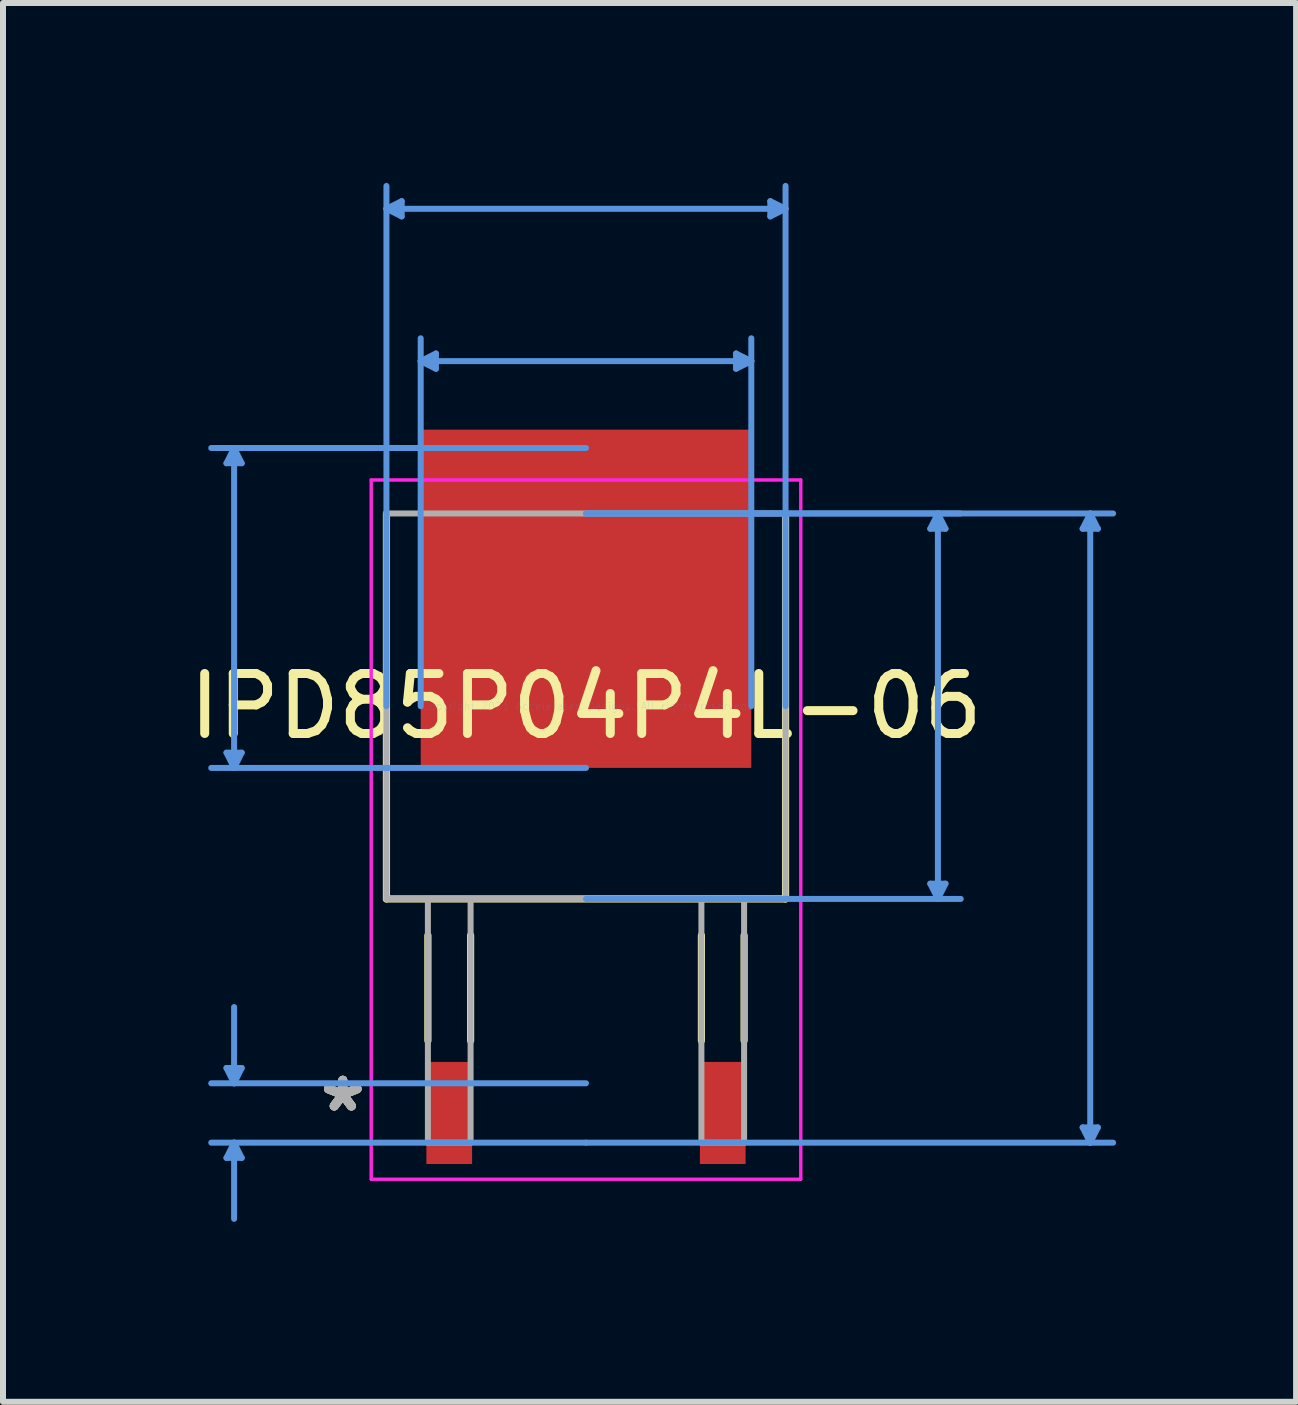
<source format=kicad_pcb>
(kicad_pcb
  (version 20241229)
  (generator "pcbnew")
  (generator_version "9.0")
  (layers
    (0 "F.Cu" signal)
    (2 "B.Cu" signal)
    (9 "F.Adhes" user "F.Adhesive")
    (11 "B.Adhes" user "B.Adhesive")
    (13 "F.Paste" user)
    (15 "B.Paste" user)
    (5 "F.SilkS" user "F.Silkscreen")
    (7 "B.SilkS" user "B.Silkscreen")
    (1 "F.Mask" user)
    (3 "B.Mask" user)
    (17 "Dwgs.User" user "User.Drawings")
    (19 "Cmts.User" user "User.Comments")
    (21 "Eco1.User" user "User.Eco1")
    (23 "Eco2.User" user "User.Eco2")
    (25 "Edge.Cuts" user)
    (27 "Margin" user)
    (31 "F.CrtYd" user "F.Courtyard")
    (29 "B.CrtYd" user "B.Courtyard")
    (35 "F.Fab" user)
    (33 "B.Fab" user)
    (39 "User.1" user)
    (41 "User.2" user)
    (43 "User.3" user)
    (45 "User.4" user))
  (footprint "IPD85P04P4L-06"
    (layer "F.Cu")
    (at 6.72 8.724)
    (property "Reference" "IPD85P04P4L-06" (at 0 0 0) (layer "F.SilkS") (effects (font (size 1 1) (thickness 0.15))))
    (attr through_hole)
    (fp_line (start -3.327 -3.213) (end -3.327 3.213) (stroke (width 0.12) (type solid)) (layer "F.SilkS"))
    (fp_line (start -3.327 3.213) (end 3.327 3.213) (stroke (width 0.12) (type solid)) (layer "F.SilkS"))
    (fp_line (start -2.636 3.823) (end -2.636 5.575) (stroke (width 0.12) (type solid)) (layer "F.SilkS"))
    (fp_line (start -1.924 3.823) (end -1.924 5.575) (stroke (width 0.12) (type solid)) (layer "F.SilkS"))
    (fp_line (start 1.924 3.823) (end 1.924 5.575) (stroke (width 0.12) (type solid)) (layer "F.SilkS"))
    (fp_line (start 2.636 3.823) (end 2.636 5.575) (stroke (width 0.12) (type solid)) (layer "F.SilkS"))
    (fp_line (start 3.327 3.213) (end 3.327 -3.213) (stroke (width 0.12) (type solid)) (layer "F.SilkS"))
    (fp_line (start -5.994 -4.051) (end -5.74 -4.051) (stroke (width 0.1) (type solid)) (layer "Cmts.User"))
    (fp_line (start -5.994 0.775) (end -5.74 0.775) (stroke (width 0.1) (type solid)) (layer "Cmts.User"))
    (fp_line (start -5.994 6.032) (end -5.74 6.032) (stroke (width 0.1) (type solid)) (layer "Cmts.User"))
    (fp_line (start -5.994 7.531) (end -5.74 7.531) (stroke (width 0.1) (type solid)) (layer "Cmts.User"))
    (fp_line (start -5.867 -4.305) (end -5.994 -4.051) (stroke (width 0.1) (type solid)) (layer "Cmts.User"))
    (fp_line (start -5.867 -4.305) (end -5.867 1.029) (stroke (width 0.1) (type solid)) (layer "Cmts.User"))
    (fp_line (start -5.867 -4.305) (end -5.74 -4.051) (stroke (width 0.1) (type solid)) (layer "Cmts.User"))
    (fp_line (start -5.867 1.029) (end -5.994 0.775) (stroke (width 0.1) (type solid)) (layer "Cmts.User"))
    (fp_line (start -5.867 1.029) (end -5.74 0.775) (stroke (width 0.1) (type solid)) (layer "Cmts.User"))
    (fp_line (start -5.867 6.287) (end -5.994 6.032) (stroke (width 0.1) (type solid)) (layer "Cmts.User"))
    (fp_line (start -5.867 6.287) (end -5.867 5.016) (stroke (width 0.1) (type solid)) (layer "Cmts.User"))
    (fp_line (start -5.867 6.287) (end -5.74 6.032) (stroke (width 0.1) (type solid)) (layer "Cmts.User"))
    (fp_line (start -5.867 7.277) (end -5.994 7.531) (stroke (width 0.1) (type solid)) (layer "Cmts.User"))
    (fp_line (start -5.867 7.277) (end -5.867 8.547) (stroke (width 0.1) (type solid)) (layer "Cmts.User"))
    (fp_line (start -5.867 7.277) (end -5.74 7.531) (stroke (width 0.1) (type solid)) (layer "Cmts.User"))
    (fp_line (start -3.327 -8.293) (end -3.073 -8.42) (stroke (width 0.1) (type solid)) (layer "Cmts.User"))
    (fp_line (start -3.327 -8.293) (end -3.073 -8.166) (stroke (width 0.1) (type solid)) (layer "Cmts.User"))
    (fp_line (start -3.327 -8.293) (end 3.327 -8.293) (stroke (width 0.1) (type solid)) (layer "Cmts.User"))
    (fp_line (start -3.327 0) (end -3.327 -8.674) (stroke (width 0.1) (type solid)) (layer "Cmts.User"))
    (fp_line (start -3.073 -8.42) (end -3.073 -8.166) (stroke (width 0.1) (type solid)) (layer "Cmts.User"))
    (fp_line (start -2.756 -5.753) (end -2.502 -5.88) (stroke (width 0.1) (type solid)) (layer "Cmts.User"))
    (fp_line (start -2.756 -5.753) (end -2.502 -5.626) (stroke (width 0.1) (type solid)) (layer "Cmts.User"))
    (fp_line (start -2.756 -5.753) (end 2.756 -5.753) (stroke (width 0.1) (type solid)) (layer "Cmts.User"))
    (fp_line (start -2.756 0) (end -2.756 -6.134) (stroke (width 0.1) (type solid)) (layer "Cmts.User"))
    (fp_line (start -2.502 -5.88) (end -2.502 -5.626) (stroke (width 0.1) (type solid)) (layer "Cmts.User"))
    (fp_line (start 0 -4.305) (end -6.248 -4.305) (stroke (width 0.1) (type solid)) (layer "Cmts.User"))
    (fp_line (start 0 -3.213) (end 6.248 -3.213) (stroke (width 0.1) (type solid)) (layer "Cmts.User"))
    (fp_line (start 0 -3.213) (end 8.788 -3.213) (stroke (width 0.1) (type solid)) (layer "Cmts.User"))
    (fp_line (start 0 1.029) (end -6.248 1.029) (stroke (width 0.1) (type solid)) (layer "Cmts.User"))
    (fp_line (start 0 3.213) (end 6.248 3.213) (stroke (width 0.1) (type solid)) (layer "Cmts.User"))
    (fp_line (start 0 6.287) (end -6.248 6.287) (stroke (width 0.1) (type solid)) (layer "Cmts.User"))
    (fp_line (start 0 7.277) (end -6.248 7.277) (stroke (width 0.1) (type solid)) (layer "Cmts.User"))
    (fp_line (start 0 7.277) (end 8.788 7.277) (stroke (width 0.1) (type solid)) (layer "Cmts.User"))
    (fp_line (start 2.502 -5.88) (end 2.502 -5.626) (stroke (width 0.1) (type solid)) (layer "Cmts.User"))
    (fp_line (start 2.756 -5.753) (end 2.502 -5.88) (stroke (width 0.1) (type solid)) (layer "Cmts.User"))
    (fp_line (start 2.756 -5.753) (end 2.502 -5.626) (stroke (width 0.1) (type solid)) (layer "Cmts.User"))
    (fp_line (start 2.756 0) (end 2.756 -6.134) (stroke (width 0.1) (type solid)) (layer "Cmts.User"))
    (fp_line (start 3.073 -8.42) (end 3.073 -8.166) (stroke (width 0.1) (type solid)) (layer "Cmts.User"))
    (fp_line (start 3.327 -8.293) (end 3.073 -8.42) (stroke (width 0.1) (type solid)) (layer "Cmts.User"))
    (fp_line (start 3.327 -8.293) (end 3.073 -8.166) (stroke (width 0.1) (type solid)) (layer "Cmts.User"))
    (fp_line (start 3.327 0) (end 3.327 -8.674) (stroke (width 0.1) (type solid)) (layer "Cmts.User"))
    (fp_line (start 5.74 -2.959) (end 5.994 -2.959) (stroke (width 0.1) (type solid)) (layer "Cmts.User"))
    (fp_line (start 5.74 2.959) (end 5.994 2.959) (stroke (width 0.1) (type solid)) (layer "Cmts.User"))
    (fp_line (start 5.867 -3.213) (end 5.74 -2.959) (stroke (width 0.1) (type solid)) (layer "Cmts.User"))
    (fp_line (start 5.867 -3.213) (end 5.867 3.213) (stroke (width 0.1) (type solid)) (layer "Cmts.User"))
    (fp_line (start 5.867 -3.213) (end 5.994 -2.959) (stroke (width 0.1) (type solid)) (layer "Cmts.User"))
    (fp_line (start 5.867 3.213) (end 5.74 2.959) (stroke (width 0.1) (type solid)) (layer "Cmts.User"))
    (fp_line (start 5.867 3.213) (end 5.994 2.959) (stroke (width 0.1) (type solid)) (layer "Cmts.User"))
    (fp_line (start 8.28 -2.959) (end 8.534 -2.959) (stroke (width 0.1) (type solid)) (layer "Cmts.User"))
    (fp_line (start 8.28 7.023) (end 8.534 7.023) (stroke (width 0.1) (type solid)) (layer "Cmts.User"))
    (fp_line (start 8.407 -3.213) (end 8.28 -2.959) (stroke (width 0.1) (type solid)) (layer "Cmts.User"))
    (fp_line (start 8.407 -3.213) (end 8.407 7.277) (stroke (width 0.1) (type solid)) (layer "Cmts.User"))
    (fp_line (start 8.407 -3.213) (end 8.534 -2.959) (stroke (width 0.1) (type solid)) (layer "Cmts.User"))
    (fp_line (start 8.407 7.277) (end 8.28 7.023) (stroke (width 0.1) (type solid)) (layer "Cmts.User"))
    (fp_line (start 8.407 7.277) (end 8.534 7.023) (stroke (width 0.1) (type solid)) (layer "Cmts.User"))
    (fp_line (start -3.581 -3.772) (end 3.581 -3.772) (stroke (width 0.05) (type solid)) (layer "F.CrtYd"))
    (fp_line (start -3.581 -3.772) (end 3.581 -3.772) (stroke (width 0.05) (type solid)) (layer "F.CrtYd"))
    (fp_line (start -3.581 7.887) (end -3.581 -3.772) (stroke (width 0.05) (type solid)) (layer "F.CrtYd"))
    (fp_line (start -3.581 7.887) (end -3.581 -3.772) (stroke (width 0.05) (type solid)) (layer "F.CrtYd"))
    (fp_line (start 3.581 -3.772) (end 3.581 7.887) (stroke (width 0.05) (type solid)) (layer "F.CrtYd"))
    (fp_line (start 3.581 -3.772) (end 3.581 7.887) (stroke (width 0.05) (type solid)) (layer "F.CrtYd"))
    (fp_line (start 3.581 7.887) (end -3.581 7.887) (stroke (width 0.05) (type solid)) (layer "F.CrtYd"))
    (fp_line (start 3.581 7.887) (end -3.581 7.887) (stroke (width 0.05) (type solid)) (layer "F.CrtYd"))
    (fp_line (start -3.327 -3.213) (end -3.327 3.213) (stroke (width 0.1) (type solid)) (layer "F.Fab"))
    (fp_line (start -3.327 3.213) (end 3.327 3.213) (stroke (width 0.1) (type solid)) (layer "F.Fab"))
    (fp_line (start -2.636 3.213) (end -2.636 7.277) (stroke (width 0.1) (type solid)) (layer "F.Fab"))
    (fp_line (start -2.636 7.277) (end -1.924 7.277) (stroke (width 0.1) (type solid)) (layer "F.Fab"))
    (fp_line (start -1.924 3.213) (end -2.636 3.213) (stroke (width 0.1) (type solid)) (layer "F.Fab"))
    (fp_line (start -1.924 7.277) (end -1.924 3.213) (stroke (width 0.1) (type solid)) (layer "F.Fab"))
    (fp_line (start 1.924 3.213) (end 1.924 7.277) (stroke (width 0.1) (type solid)) (layer "F.Fab"))
    (fp_line (start 1.924 7.277) (end 2.636 7.277) (stroke (width 0.1) (type solid)) (layer "F.Fab"))
    (fp_line (start 2.636 3.213) (end 1.924 3.213) (stroke (width 0.1) (type solid)) (layer "F.Fab"))
    (fp_line (start 2.636 7.277) (end 2.636 3.213) (stroke (width 0.1) (type solid)) (layer "F.Fab"))
    (fp_line (start 3.327 -3.213) (end -3.327 -3.213) (stroke (width 0.1) (type solid)) (layer "F.Fab"))
    (fp_line (start 3.327 3.213) (end 3.327 -3.213) (stroke (width 0.1) (type solid)) (layer "F.Fab"))
    (fp_text user "*" (at -4.055 6.782 0) (layer "F.SilkS") (effects (font (size 1 1) (thickness 0.15))))
    (fp_text user "*" (at -4.055 6.782 0) (layer "F.SilkS") (effects (font (size 1 1) (thickness 0.15))))
    (fp_text user "Copyright 2021 Accelerated Designs. All rights reserved." (at 0 0 0) (layer "Cmts.User") (effects (font (size 0.127 0.127) (thickness 0.002))))
    (fp_text user "*" (at -4.055 6.782 0) (layer "F.Fab") (effects (font (size 1 1) (thickness 0.15))))
    (fp_text user "*" (at -4.055 6.782 0) (layer "F.Fab") (effects (font (size 1 1) (thickness 0.15))))
    (pad "1" smd rect (at -2.28 6.782) (size 0.762 1.702) (layers "F.Cu" "F.Mask" "F.Paste"))
    (pad "2" smd rect (at 0 -1.791) (size 5.512 5.639) (layers "F.Cu" "F.Mask" "F.Paste"))
    (pad "3" smd rect (at 2.28 6.782) (size 0.762 1.702) (layers "F.Cu" "F.Mask" "F.Paste")))
  (gr_rect
    (start -3 -3)
    (end 18.559 20.321)
    (stroke (width 0.1) (type default))
    (fill no)
    (layer "Edge.Cuts")))
</source>
